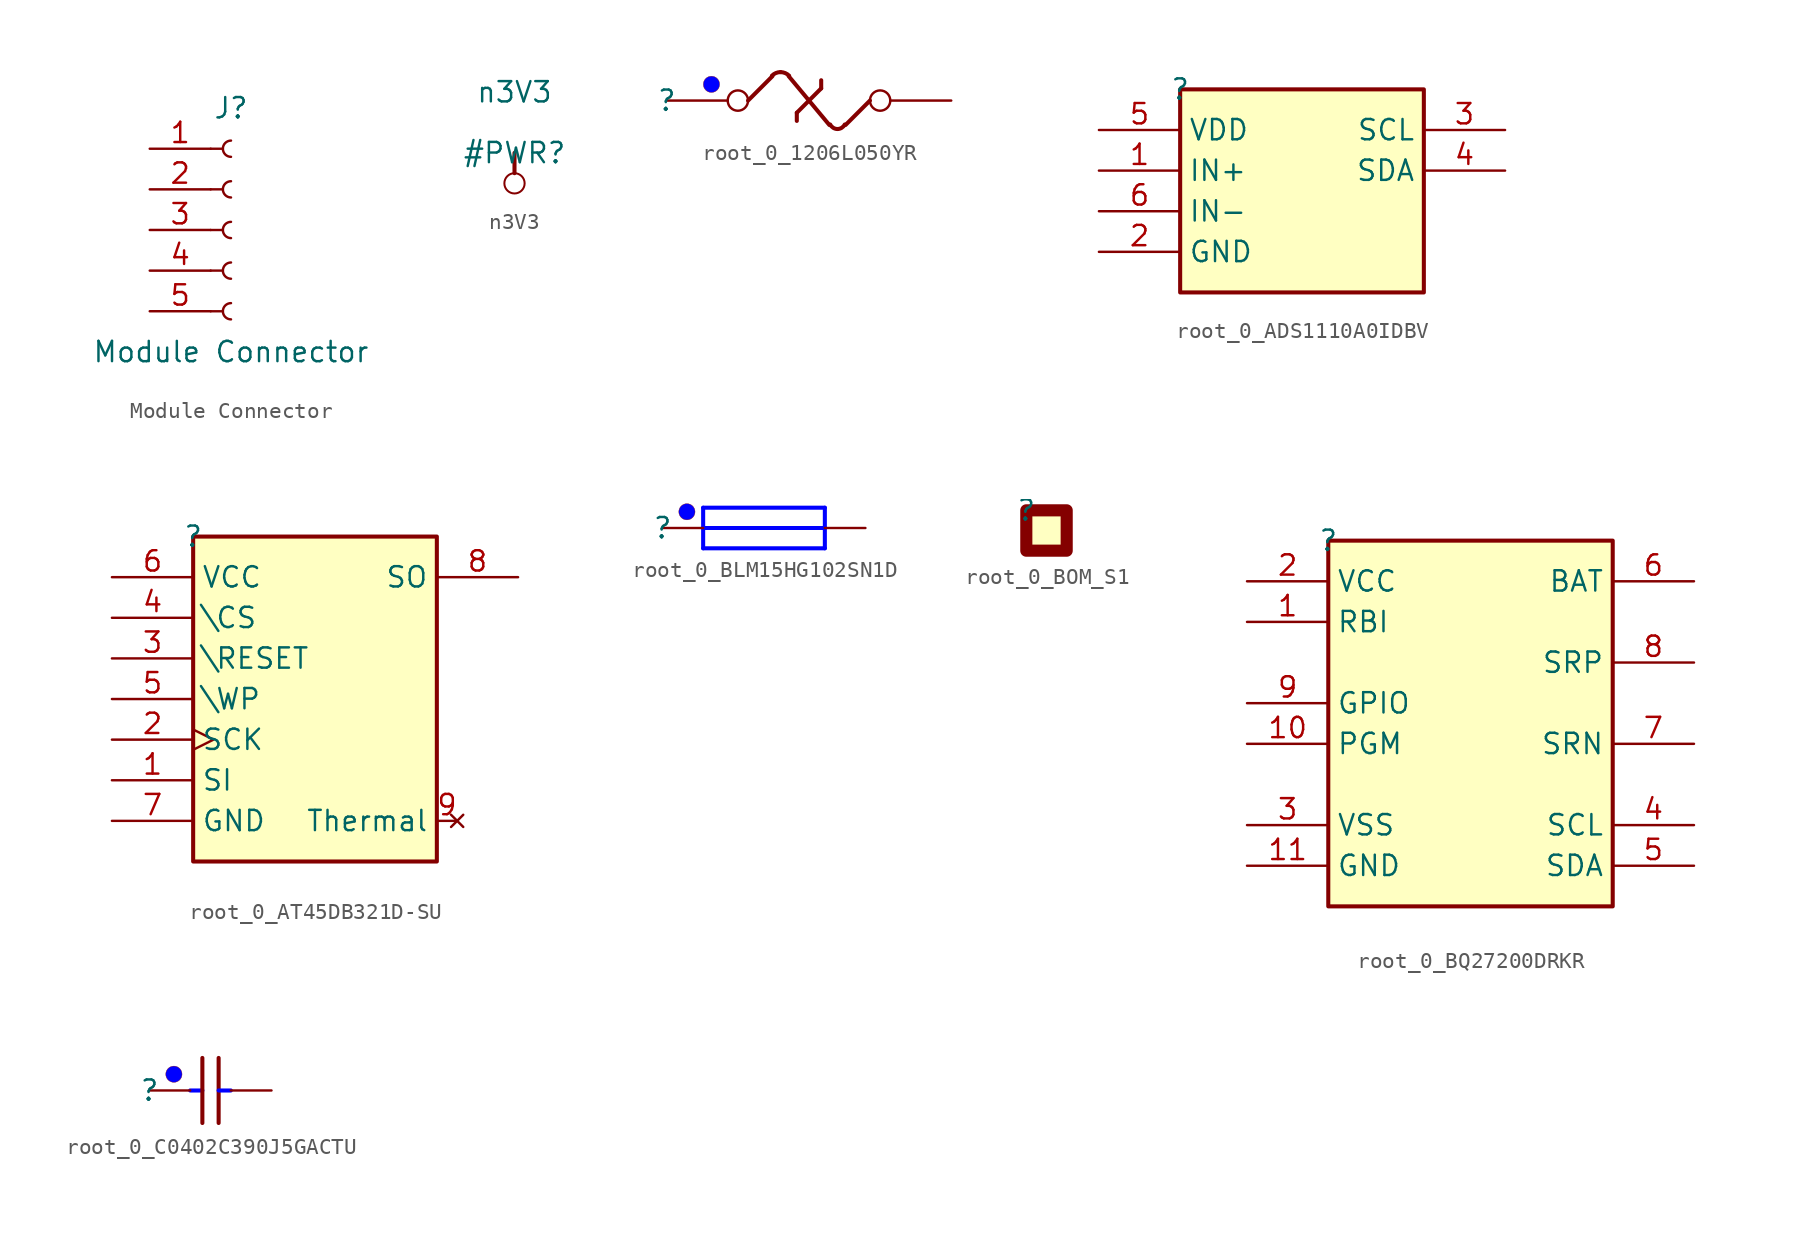
<source format=kicad_sym>
(kicad_symbol_lib
  (version 20231120)
  (generator "kicad_symbol_editor")
  (generator_version "8.0")
  (symbol "Module Connector"
    (pin_names
      (offset 1.016) hide)
    (property "Reference" "J"
      (at 0 7.62 0)
      (effects (font (size 1.27 1.27))))
    (property "Value" "Module Connector"
      (at 0 -7.62 0)
      (effects (font (size 1.27 1.27))))
    (property "ki_locked" ""
      (at 0 0 0)
      (effects (font (size 1.27 1.27))))
    (symbol "Module Connector_1_1"
      (arc (start 0 -4.572) (mid -0.5058 -5.08) (end 0 -5.588) (stroke (width 0.1524) (type default)) (fill (type none)))
      (arc (start 0 -2.032) (mid -0.5058 -2.54) (end 0 -3.048) (stroke (width 0.1524) (type default)) (fill (type none)))
      (polyline (pts (xy -1.27 -5.08) (xy -0.508 -5.08)) (stroke (width 0.152) (type default)) (fill (type none)))
      (polyline (pts (xy -1.27 -2.54) (xy -0.508 -2.54)) (stroke (width 0.152) (type default)) (fill (type none)))
      (polyline (pts (xy -1.27 0) (xy -0.508 0)) (stroke (width 0.152) (type default)) (fill (type none)))
      (polyline (pts (xy -1.27 2.54) (xy -0.508 2.54)) (stroke (width 0.152) (type default)) (fill (type none)))
      (polyline (pts (xy -1.27 5.08) (xy -0.508 5.08)) (stroke (width 0.152) (type default)) (fill (type none)))
      (arc (start 0 0.508) (mid -0.5058 0) (end 0 -0.508) (stroke (width 0.1524) (type default)) (fill (type none)))
      (arc (start 0 3.048) (mid -0.5058 2.54) (end 0 2.032) (stroke (width 0.1524) (type default)) (fill (type none)))
      (arc (start 0 5.588) (mid -0.5058 5.08) (end 0 4.572) (stroke (width 0.1524) (type default)) (fill (type none)))
      (pin passive line (at -5.08 5.08 0) (length 3.81) (name "Pin_1" (effects (font (size 1.27 1.27)))) (number "1" (effects (font (size 1.27 1.27)))))
      (pin passive line (at -5.08 2.54 0) (length 3.81) (name "Pin_2" (effects (font (size 1.27 1.27)))) (number "2" (effects (font (size 1.27 1.27)))))
      (pin passive line (at -5.08 0 0) (length 3.81) (name "Pin_3" (effects (font (size 1.27 1.27)))) (number "3" (effects (font (size 1.27 1.27)))))
      (pin passive line (at -5.08 -2.54 0) (length 3.81) (name "Pin_4" (effects (font (size 1.27 1.27)))) (number "4" (effects (font (size 1.27 1.27)))))
      (pin passive line (at -5.08 -5.08 0) (length 3.81) (name "Pin_5" (effects (font (size 1.27 1.27)))) (number "5" (effects (font (size 1.27 1.27)))))))
  (symbol "n3V3"
    (power)
    (property "Reference" "#PWR"
      (at 0 0 0)
      (effects (font (size 1.27 1.27))))
    (property "Value" "n3V3"
      (at 0 3.81 0)
      (effects (font (size 1.27 1.27))))
    (symbol "n3V3_0_0"
      (circle (center 0 -1.905) (radius 0.635) (stroke (width 0.127) (type solid)) (fill (type none)))
      (polyline (pts (xy 0 0) (xy 0 -1.27)) (stroke (width 0.254) (type solid)) (fill (type none)))
      (pin power_in line (at 0 0 0) (length 0) hide (name "n3V3" (effects (font (size 1.27 1.27)))) (number "" (effects (font (size 1.27 1.27)))))))
  (symbol "root_0_1206L050YR"
    (property "Reference" ""
      (at 0 0 0)
      (effects (font (size 1.27 1.27))))
    (property "Value" ""
      (at 0 0 0)
      (effects (font (size 1.27 1.27))))
    (symbol "root_0_1206L050YR_1_0"
      (polyline (pts (xy 5.08 0) (xy 6.604 1.524)) (stroke (width 0.254) (type solid)) (fill (type none)))
      (polyline (pts (xy 8.128 -1.27) (xy 8.128 -0.762)) (stroke (width 0.254) (type solid)) (fill (type none)))
      (polyline (pts (xy 8.128 -0.762) (xy 9.652 0.762)) (stroke (width 0.254) (type solid)) (fill (type none)))
      (polyline (pts (xy 9.652 0.762) (xy 9.652 1.27)) (stroke (width 0.254) (type solid)) (fill (type none)))
      (polyline (pts (xy 10.16 -1.524) (xy 7.62 1.524)) (stroke (width 0.254) (type solid)) (fill (type none)))
      (polyline (pts (xy 11.176 -1.524) (xy 12.7 0)) (stroke (width 0.254) (type solid)) (fill (type none)))
      (circle (center 2.794 1.016) (radius 0.508) (stroke (width 0.0001) (type solid)) (fill (type color) (color 0 0 255 1)))
      (arc (start 7.112 1.778) (mid 6.8204 1.72) (end 6.5732 1.5548) (stroke (width 0.254) (type solid)) (fill (type none)))
      (arc (start 7.6508 1.5548) (mid 7.4036 1.72) (end 7.112 1.778) (stroke (width 0.254) (type solid)) (fill (type none)))
      (arc (start 10.2136 -1.4972) (mid 10.4009 -1.7022) (end 10.668 -1.778) (stroke (width 0.254) (type solid)) (fill (type none)))
      (arc (start 10.668 -1.778) (mid 10.9351 -1.7021) (end 11.1224 -1.4972) (stroke (width 0.254) (type solid)) (fill (type none)))
      (pin passive inverted (at 0 0 0) (length 5.08) (name "1" (effects (font (size 0 0)))) (number "1" (effects (font (size 0 0)))))
      (pin passive inverted (at 17.78 0 180) (length 5.08) (name "2" (effects (font (size 0 0)))) (number "2" (effects (font (size 0 0)))))))
  (symbol "root_0_ADS1110A0IDBV"
    (property "Reference" ""
      (at 0 0 0)
      (effects (font (size 1.27 1.27))))
    (property "Value" ""
      (at 0 0 0)
      (effects (font (size 1.27 1.27))))
    (symbol "root_0_ADS1110A0IDBV_1_0"
      (rectangle (start 15.24 0) (end 0 -12.7) (stroke (width 0.254) (type solid)) (fill (type background)))
      (pin passive line (at -5.08 -5.08 0) (length 5.08) (name "IN+" (effects (font (size 1.27 1.27)))) (number "1" (effects (font (size 1.27 1.27)))))
      (pin passive line (at -5.08 -10.16 0) (length 5.08) (name "GND" (effects (font (size 1.27 1.27)))) (number "2" (effects (font (size 1.27 1.27)))))
      (pin passive line (at 20.32 -2.54 180) (length 5.08) (name "SCL" (effects (font (size 1.27 1.27)))) (number "3" (effects (font (size 1.27 1.27)))))
      (pin passive line (at 20.32 -5.08 180) (length 5.08) (name "SDA" (effects (font (size 1.27 1.27)))) (number "4" (effects (font (size 1.27 1.27)))))
      (pin passive line (at -5.08 -2.54 0) (length 5.08) (name "VDD" (effects (font (size 1.27 1.27)))) (number "5" (effects (font (size 1.27 1.27)))))
      (pin passive line (at -5.08 -7.62 0) (length 5.08) (name "IN-" (effects (font (size 1.27 1.27)))) (number "6" (effects (font (size 1.27 1.27)))))))
  (symbol "root_0_AT45DB321D-SU"
    (property "Reference" ""
      (at 0 0 0)
      (effects (font (size 1.27 1.27))))
    (property "Value" ""
      (at 0 0 0)
      (effects (font (size 1.27 1.27))))
    (symbol "root_0_AT45DB321D-SU_1_0"
      (rectangle (start 15.24 0) (end 0 -20.32) (stroke (width 0.254) (type solid)) (fill (type background)))
      (pin passive line (at -5.08 -15.24 0) (length 5.08) (name "SI" (effects (font (size 1.27 1.27)))) (number "1" (effects (font (size 1.27 1.27)))))
      (pin passive clock (at -5.08 -12.7 0) (length 5.08) (name "SCK" (effects (font (size 1.27 1.27)))) (number "2" (effects (font (size 1.27 1.27)))))
      (pin passive line (at -5.08 -7.62 0) (length 5.08) (name "\\RESET" (effects (font (size 1.27 1.27)))) (number "3" (effects (font (size 1.27 1.27)))))
      (pin passive line (at -5.08 -5.08 0) (length 5.08) (name "\\CS" (effects (font (size 1.27 1.27)))) (number "4" (effects (font (size 1.27 1.27)))))
      (pin passive line (at -5.08 -10.16 0) (length 5.08) (name "\\WP" (effects (font (size 1.27 1.27)))) (number "5" (effects (font (size 1.27 1.27)))))
      (pin passive line (at -5.08 -2.54 0) (length 5.08) (name "VCC" (effects (font (size 1.27 1.27)))) (number "6" (effects (font (size 1.27 1.27)))))
      (pin passive line (at -5.08 -17.78 0) (length 5.08) (name "GND" (effects (font (size 1.27 1.27)))) (number "7" (effects (font (size 1.27 1.27)))))
      (pin passive line (at 20.32 -2.54 180) (length 5.08) (name "SO" (effects (font (size 1.27 1.27)))) (number "8" (effects (font (size 1.27 1.27))))))
    (symbol "root_0_AT45DB321D-SU_1_1"
      (pin no_connect line (at 16.51 -17.78 180) (length 1.27) (name "Thermal" (effects (font (size 1.27 1.27)))) (number "9" (effects (font (size 1.27 1.27)))))))
  (symbol "root_0_BLM15HG102SN1D"
    (property "Reference" ""
      (at 0 0 0)
      (effects (font (size 1.27 1.27))))
    (property "Value" ""
      (at 0 0 0)
      (effects (font (size 1.27 1.27))))
    (symbol "root_0_BLM15HG102SN1D_1_0"
      (polyline (pts (xy 2.54 -1.27) (xy 2.54 1.27)) (stroke (width 0.254) (type solid) (color 0 0 255 1)) (fill (type none)))
      (polyline (pts (xy 2.54 -1.27) (xy 10.16 -1.27)) (stroke (width 0.254) (type solid) (color 0 0 255 1)) (fill (type none)))
      (polyline (pts (xy 2.54 0) (xy 10.16 0)) (stroke (width 0.254) (type solid) (color 0 0 255 1)) (fill (type none)))
      (polyline (pts (xy 2.54 1.27) (xy 10.16 1.27)) (stroke (width 0.254) (type solid) (color 0 0 255 1)) (fill (type none)))
      (polyline (pts (xy 10.16 -1.27) (xy 10.16 1.27)) (stroke (width 0.254) (type solid) (color 0 0 255 1)) (fill (type none)))
      (circle (center 1.524 1.016) (radius 0.508) (stroke (width 0.0001) (type solid)) (fill (type color) (color 0 0 255 1)))
      (pin passive line (at 0 0 0) (length 2.54) (name "1" (effects (font (size 0 0)))) (number "1" (effects (font (size 0 0)))))
      (pin passive line (at 12.7 0 180) (length 2.54) (name "2" (effects (font (size 0 0)))) (number "2" (effects (font (size 0 0)))))))
  (symbol "root_0_BOM_S1"
    (property "Reference" ""
      (at 0 0 0)
      (effects (font (size 1.27 1.27))))
    (property "Value" ""
      (at 0 0 0)
      (effects (font (size 1.27 1.27))))
    (symbol "root_0_BOM_S1_1_0"
      (rectangle (start 2.54 0) (end 0 -2.54) (stroke (width 0.762) (type solid)) (fill (type background)))))
  (symbol "root_0_BQ27200DRKR"
    (property "Reference" ""
      (at 0 0 0)
      (effects (font (size 1.27 1.27))))
    (property "Value" ""
      (at 0 0 0)
      (effects (font (size 1.27 1.27))))
    (symbol "root_0_BQ27200DRKR_1_0"
      (rectangle (start 17.78 0) (end 0 -22.86) (stroke (width 0.254) (type solid)) (fill (type background)))
      (pin passive line (at -5.08 -5.08 0) (length 5.08) (name "RBI" (effects (font (size 1.27 1.27)))) (number "1" (effects (font (size 1.27 1.27)))))
      (pin passive line (at -5.08 -12.7 0) (length 5.08) (name "PGM" (effects (font (size 1.27 1.27)))) (number "10" (effects (font (size 1.27 1.27)))))
      (pin passive line (at -5.08 -20.32 0) (length 5.08) (name "GND" (effects (font (size 1.27 1.27)))) (number "11" (effects (font (size 1.27 1.27)))))
      (pin passive line (at -5.08 -2.54 0) (length 5.08) (name "VCC" (effects (font (size 1.27 1.27)))) (number "2" (effects (font (size 1.27 1.27)))))
      (pin passive line (at -5.08 -17.78 0) (length 5.08) (name "VSS" (effects (font (size 1.27 1.27)))) (number "3" (effects (font (size 1.27 1.27)))))
      (pin passive line (at 22.86 -17.78 180) (length 5.08) (name "SCL" (effects (font (size 1.27 1.27)))) (number "4" (effects (font (size 1.27 1.27)))))
      (pin passive line (at 22.86 -20.32 180) (length 5.08) (name "SDA" (effects (font (size 1.27 1.27)))) (number "5" (effects (font (size 1.27 1.27)))))
      (pin passive line (at 22.86 -2.54 180) (length 5.08) (name "BAT" (effects (font (size 1.27 1.27)))) (number "6" (effects (font (size 1.27 1.27)))))
      (pin passive line (at 22.86 -12.7 180) (length 5.08) (name "SRN" (effects (font (size 1.27 1.27)))) (number "7" (effects (font (size 1.27 1.27)))))
      (pin passive line (at 22.86 -7.62 180) (length 5.08) (name "SRP" (effects (font (size 1.27 1.27)))) (number "8" (effects (font (size 1.27 1.27)))))
      (pin passive line (at -5.08 -10.16 0) (length 5.08) (name "GPIO" (effects (font (size 1.27 1.27)))) (number "9" (effects (font (size 1.27 1.27)))))))
  (symbol "root_0_C0402C390J5GACTU"
    (property "Reference" ""
      (at 0 0 0)
      (effects (font (size 1.27 1.27))))
    (property "Value" ""
      (at 0 0 0)
      (effects (font (size 1.27 1.27))))
    (symbol "root_0_C0402C390J5GACTU_1_0"
      (polyline (pts (xy 2.54 0) (xy 3.302 0)) (stroke (width 0.254) (type solid) (color 0 0 255 1)) (fill (type none)))
      (polyline (pts (xy 3.302 -2.032) (xy 3.302 2.032)) (stroke (width 0.254) (type solid)) (fill (type none)))
      (polyline (pts (xy 4.318 2.032) (xy 4.318 -2.032)) (stroke (width 0.254) (type solid)) (fill (type none)))
      (polyline (pts (xy 5.08 0) (xy 4.318 0)) (stroke (width 0.254) (type solid) (color 0 0 255 1)) (fill (type none)))
      (circle (center 1.524 1.016) (radius 0.508) (stroke (width 0.0001) (type solid)) (fill (type color) (color 0 0 255 1)))
      (pin passive line (at 0 0 0) (length 2.54) (name "1" (effects (font (size 0 0)))) (number "1" (effects (font (size 0 0)))))
      (pin passive line (at 7.62 0 180) (length 2.54) (name "2" (effects (font (size 0 0)))) (number "2" (effects (font (size 0 0))))))))
</source>
